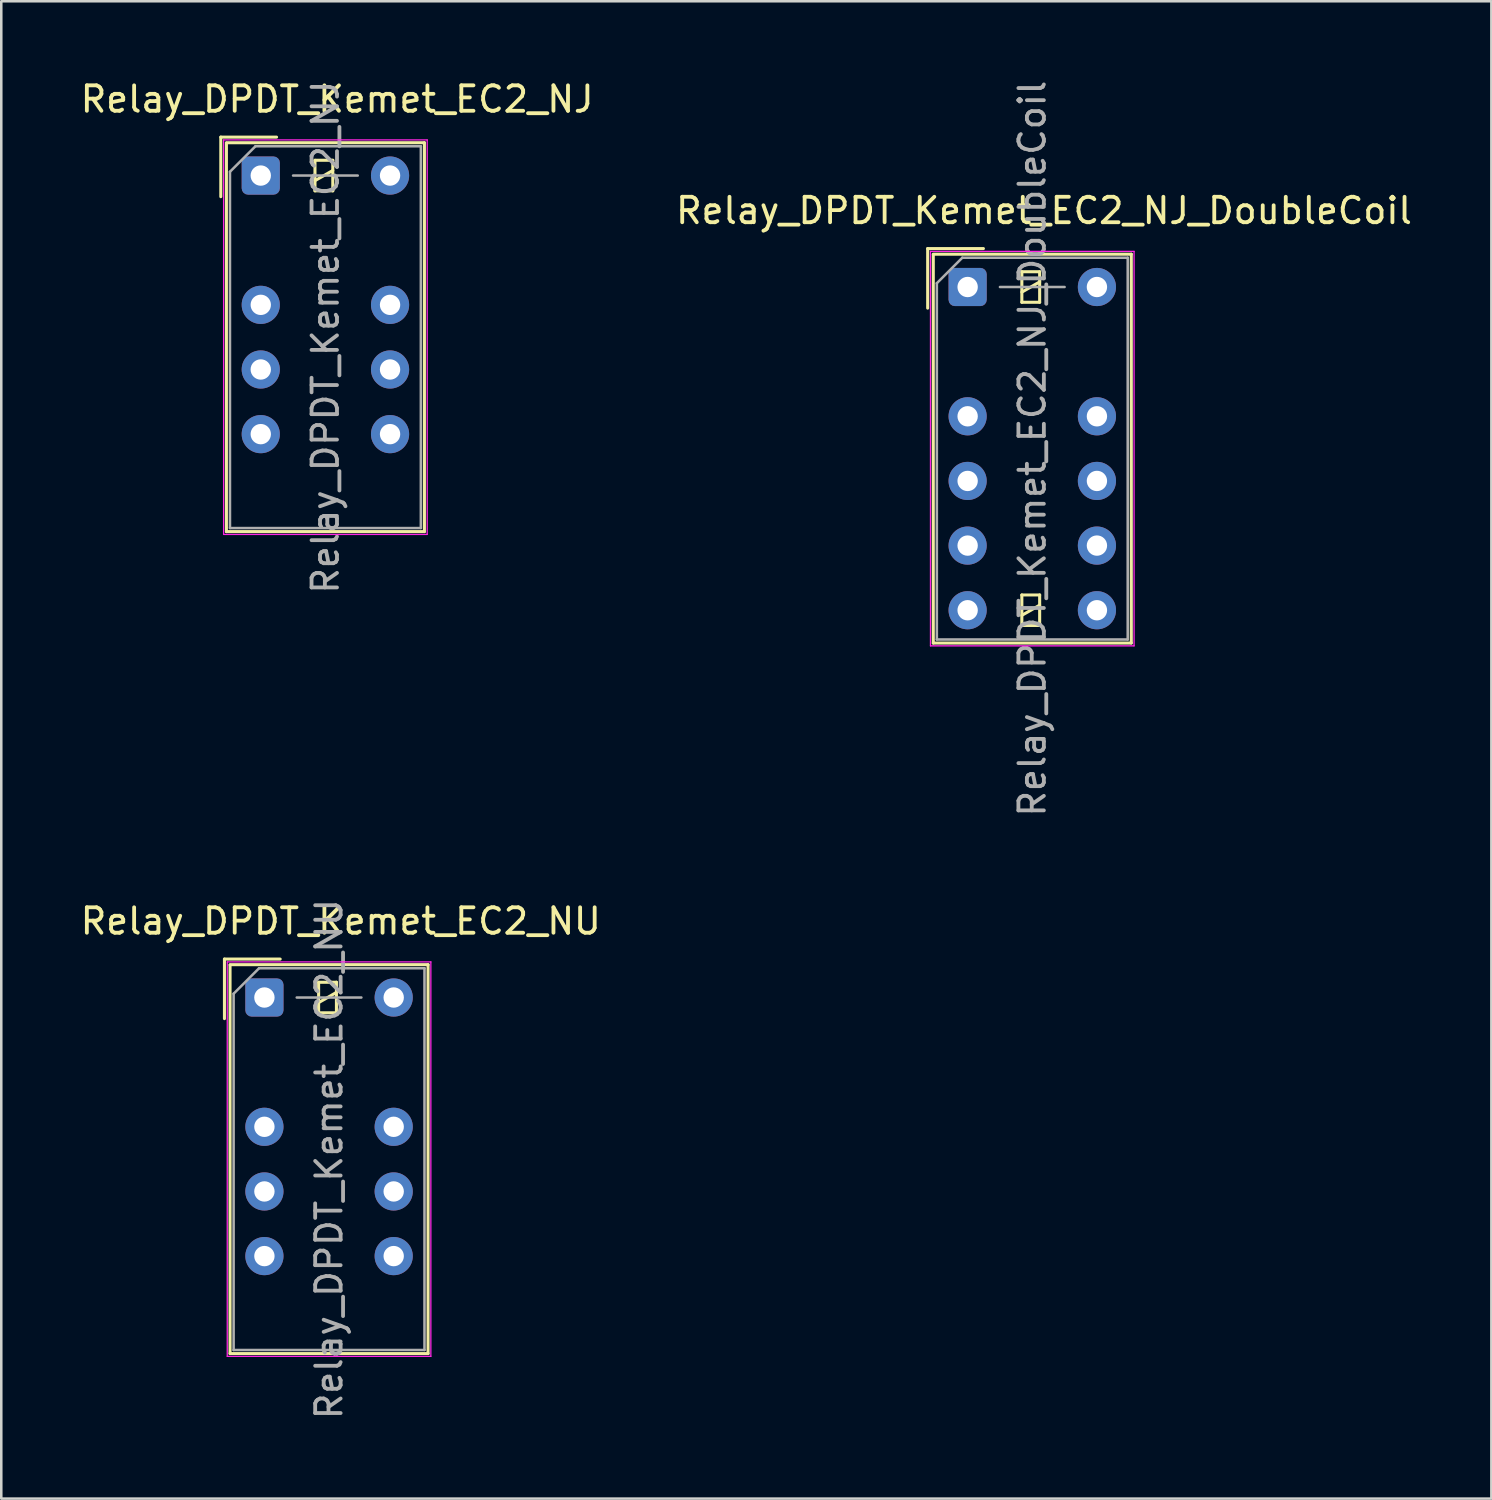
<source format=kicad_pcb>
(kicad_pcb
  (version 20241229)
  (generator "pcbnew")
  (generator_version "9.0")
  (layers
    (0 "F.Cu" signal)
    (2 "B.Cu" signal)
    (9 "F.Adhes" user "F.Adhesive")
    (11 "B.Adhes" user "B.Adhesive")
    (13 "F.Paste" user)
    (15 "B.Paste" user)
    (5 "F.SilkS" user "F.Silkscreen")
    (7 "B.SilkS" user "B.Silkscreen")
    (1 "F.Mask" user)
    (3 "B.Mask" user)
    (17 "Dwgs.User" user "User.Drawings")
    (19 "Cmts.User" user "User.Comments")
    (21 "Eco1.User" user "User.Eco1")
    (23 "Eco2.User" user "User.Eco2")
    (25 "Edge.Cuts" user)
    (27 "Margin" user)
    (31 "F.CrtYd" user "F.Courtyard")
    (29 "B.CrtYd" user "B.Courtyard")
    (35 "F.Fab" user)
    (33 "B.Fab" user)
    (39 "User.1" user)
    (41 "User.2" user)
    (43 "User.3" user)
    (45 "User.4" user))
  (footprint "Relay_DPDT_Kemet_EC2_NJ_DoubleCoil"
    (layer "F.Cu")
    (at 34.97 8.227)
    (property "Reference" "Relay_DPDT_Kemet_EC2_NJ_DoubleCoil" (at 3 -3 180) (layer "F.SilkS") (effects (font (size 1 1) (thickness 0.15))))
    (attr through_hole)
    (fp_line (start -1.57 -1.51) (end 0.62 -1.51) (stroke (width 0.12) (type solid)) (layer "F.SilkS"))
    (fp_line (start -1.57 0.83) (end -1.57 -1.51) (stroke (width 0.12) (type solid)) (layer "F.SilkS"))
    (fp_line (start -1.35 -1.27) (end -1.35 13.99) (stroke (width 0.12) (type solid)) (layer "F.SilkS"))
    (fp_line (start 2.13 -0.6) (end 2.13 0.6) (stroke (width 0.12) (type solid)) (layer "F.SilkS"))
    (fp_line (start 2.13 0.2) (end 2.83 -0.2) (stroke (width 0.12) (type solid)) (layer "F.SilkS"))
    (fp_line (start 2.13 0.6) (end 2.83 0.6) (stroke (width 0.12) (type solid)) (layer "F.SilkS"))
    (fp_line (start 2.13 12.1) (end 2.13 13.3) (stroke (width 0.12) (type solid)) (layer "F.SilkS"))
    (fp_line (start 2.13 12.9) (end 2.83 12.5) (stroke (width 0.12) (type solid)) (layer "F.SilkS"))
    (fp_line (start 2.13 13.3) (end 2.83 13.3) (stroke (width 0.12) (type solid)) (layer "F.SilkS"))
    (fp_line (start 2.83 -0.6) (end 2.13 -0.6) (stroke (width 0.12) (type solid)) (layer "F.SilkS"))
    (fp_line (start 2.83 0.6) (end 2.83 -0.6) (stroke (width 0.12) (type solid)) (layer "F.SilkS"))
    (fp_line (start 2.83 12.1) (end 2.13 12.1) (stroke (width 0.12) (type solid)) (layer "F.SilkS"))
    (fp_line (start 2.83 13.3) (end 2.83 12.1) (stroke (width 0.12) (type solid)) (layer "F.SilkS"))
    (fp_line (start 6.43 -1.29) (end -1.35 -1.29) (stroke (width 0.12) (type solid)) (layer "F.SilkS"))
    (fp_line (start 6.43 -1.29) (end 6.43 13.99) (stroke (width 0.12) (type solid)) (layer "F.SilkS"))
    (fp_line (start 6.43 13.99) (end -1.35 13.99) (stroke (width 0.12) (type solid)) (layer "F.SilkS"))
    (fp_line (start -1.46 -1.4) (end -1.46 14.1) (stroke (width 0.05) (type solid)) (layer "F.CrtYd"))
    (fp_line (start -1.46 14.1) (end 6.54 14.1) (stroke (width 0.05) (type solid)) (layer "F.CrtYd"))
    (fp_line (start 6.54 -1.4) (end -1.46 -1.4) (stroke (width 0.05) (type solid)) (layer "F.CrtYd"))
    (fp_line (start 6.54 -1.4) (end 6.54 14.1) (stroke (width 0.05) (type solid)) (layer "F.CrtYd"))
    (fp_line (start -1.21 -0.15) (end -1.21 13.85) (stroke (width 0.1) (type solid)) (layer "F.Fab"))
    (fp_line (start -1.21 -0.15) (end -0.21 -1.15) (stroke (width 0.1) (type solid)) (layer "F.Fab"))
    (fp_line (start 1.27 0) (end 3.81 0) (stroke (width 0.1) (type solid)) (layer "F.Fab"))
    (fp_line (start 6.29 -1.15) (end -0.21 -1.15) (stroke (width 0.1) (type solid)) (layer "F.Fab"))
    (fp_line (start 6.29 -1.15) (end 6.29 13.85) (stroke (width 0.1) (type solid)) (layer "F.Fab"))
    (fp_line (start 6.29 13.85) (end -1.21 13.85) (stroke (width 0.1) (type solid)) (layer "F.Fab"))
    (fp_text user "${REFERENCE}" (at 2.54 6.35 90) (layer "F.Fab") (effects (font (size 1 1) (thickness 0.15))))
    (pad "1" thru_hole roundrect (at 0 0) (size 1.5 1.5) (drill 0.8) (layers "*.Cu" "*.Mask") (roundrect_rratio 0.167))
    (pad "3" thru_hole circle (at 0 5.08) (size 1.5 1.5) (drill 0.8) (layers "*.Cu" "*.Mask"))
    (pad "4" thru_hole circle (at 0 7.62) (size 1.5 1.5) (drill 0.8) (layers "*.Cu" "*.Mask"))
    (pad "5" thru_hole circle (at 0 10.16) (size 1.5 1.5) (drill 0.8) (layers "*.Cu" "*.Mask"))
    (pad "6" thru_hole circle (at 0 12.7) (size 1.5 1.5) (drill 0.8) (layers "*.Cu" "*.Mask"))
    (pad "7" thru_hole circle (at 5.08 12.7) (size 1.5 1.5) (drill 0.8) (layers "*.Cu" "*.Mask"))
    (pad "8" thru_hole circle (at 5.08 10.16) (size 1.5 1.5) (drill 0.8) (layers "*.Cu" "*.Mask"))
    (pad "9" thru_hole circle (at 5.08 7.62) (size 1.5 1.5) (drill 0.8) (layers "*.Cu" "*.Mask"))
    (pad "10" thru_hole circle (at 5.08 5.08) (size 1.5 1.5) (drill 0.8) (layers "*.Cu" "*.Mask"))
    (pad "12" thru_hole circle (at 5.08 0) (size 1.5 1.5) (drill 0.8) (layers "*.Cu" "*.Mask")))
  (footprint "Relay_DPDT_Kemet_EC2_NU"
    (layer "F.Cu")
    (at 7.339 36.144)
    (property "Reference" "Relay_DPDT_Kemet_EC2_NU" (at 3 -3 180) (layer "F.SilkS") (effects (font (size 1 1) (thickness 0.15))))
    (attr through_hole)
    (fp_line (start -1.57 -1.51) (end 0.62 -1.51) (stroke (width 0.12) (type solid)) (layer "F.SilkS"))
    (fp_line (start -1.57 0.83) (end -1.57 -1.51) (stroke (width 0.12) (type solid)) (layer "F.SilkS"))
    (fp_line (start -1.35 -1.27) (end -1.35 13.99) (stroke (width 0.12) (type solid)) (layer "F.SilkS"))
    (fp_line (start 2.13 -0.6) (end 2.13 0.6) (stroke (width 0.12) (type solid)) (layer "F.SilkS"))
    (fp_line (start 2.13 0.2) (end 2.83 -0.2) (stroke (width 0.12) (type solid)) (layer "F.SilkS"))
    (fp_line (start 2.13 0.6) (end 2.83 0.6) (stroke (width 0.12) (type solid)) (layer "F.SilkS"))
    (fp_line (start 2.83 -0.6) (end 2.13 -0.6) (stroke (width 0.12) (type solid)) (layer "F.SilkS"))
    (fp_line (start 2.83 0.6) (end 2.83 -0.6) (stroke (width 0.12) (type solid)) (layer "F.SilkS"))
    (fp_line (start 6.43 -1.29) (end -1.35 -1.29) (stroke (width 0.12) (type solid)) (layer "F.SilkS"))
    (fp_line (start 6.43 -1.29) (end 6.43 13.99) (stroke (width 0.12) (type solid)) (layer "F.SilkS"))
    (fp_line (start 6.43 13.99) (end -1.35 13.99) (stroke (width 0.12) (type solid)) (layer "F.SilkS"))
    (fp_line (start -1.46 -1.4) (end -1.46 14.1) (stroke (width 0.05) (type solid)) (layer "F.CrtYd"))
    (fp_line (start -1.46 14.1) (end 6.54 14.1) (stroke (width 0.05) (type solid)) (layer "F.CrtYd"))
    (fp_line (start 6.54 -1.4) (end -1.46 -1.4) (stroke (width 0.05) (type solid)) (layer "F.CrtYd"))
    (fp_line (start 6.54 -1.4) (end 6.54 14.1) (stroke (width 0.05) (type solid)) (layer "F.CrtYd"))
    (fp_line (start -1.21 -0.15) (end -1.21 13.85) (stroke (width 0.1) (type solid)) (layer "F.Fab"))
    (fp_line (start -1.21 -0.15) (end -0.21 -1.15) (stroke (width 0.1) (type solid)) (layer "F.Fab"))
    (fp_line (start 1.27 0) (end 3.81 0) (stroke (width 0.1) (type solid)) (layer "F.Fab"))
    (fp_line (start 6.29 -1.15) (end -0.21 -1.15) (stroke (width 0.1) (type solid)) (layer "F.Fab"))
    (fp_line (start 6.29 -1.15) (end 6.29 13.85) (stroke (width 0.1) (type solid)) (layer "F.Fab"))
    (fp_line (start 6.29 13.85) (end -1.21 13.85) (stroke (width 0.1) (type solid)) (layer "F.Fab"))
    (fp_text user "${REFERENCE}" (at 2.54 6.35 90) (layer "F.Fab") (effects (font (size 1 1) (thickness 0.15))))
    (pad "1" thru_hole roundrect (at 0 0) (size 1.5 1.5) (drill 0.8) (layers "*.Cu" "*.Mask") (roundrect_rratio 0.167))
    (pad "3" thru_hole circle (at 0 5.08) (size 1.5 1.5) (drill 0.8) (layers "*.Cu" "*.Mask"))
    (pad "4" thru_hole circle (at 0 7.62) (size 1.5 1.5) (drill 0.8) (layers "*.Cu" "*.Mask"))
    (pad "5" thru_hole circle (at 0 10.16) (size 1.5 1.5) (drill 0.8) (layers "*.Cu" "*.Mask"))
    (pad "8" thru_hole circle (at 5.08 10.16) (size 1.5 1.5) (drill 0.8) (layers "*.Cu" "*.Mask"))
    (pad "9" thru_hole circle (at 5.08 7.62) (size 1.5 1.5) (drill 0.8) (layers "*.Cu" "*.Mask"))
    (pad "10" thru_hole circle (at 5.08 5.08) (size 1.5 1.5) (drill 0.8) (layers "*.Cu" "*.Mask"))
    (pad "12" thru_hole circle (at 5.08 0) (size 1.5 1.5) (drill 0.8) (layers "*.Cu" "*.Mask")))
  (footprint "Relay_DPDT_Kemet_EC2_NJ"
    (layer "F.Cu")
    (at 7.196 3.848)
    (property "Reference" "Relay_DPDT_Kemet_EC2_NJ" (at 3 -3 180) (layer "F.SilkS") (effects (font (size 1 1) (thickness 0.15))))
    (attr through_hole)
    (fp_line (start -1.57 -1.51) (end 0.62 -1.51) (stroke (width 0.12) (type solid)) (layer "F.SilkS"))
    (fp_line (start -1.57 0.83) (end -1.57 -1.51) (stroke (width 0.12) (type solid)) (layer "F.SilkS"))
    (fp_line (start -1.35 -1.27) (end -1.35 13.99) (stroke (width 0.12) (type solid)) (layer "F.SilkS"))
    (fp_line (start 2.13 -0.6) (end 2.13 0.6) (stroke (width 0.12) (type solid)) (layer "F.SilkS"))
    (fp_line (start 2.13 0.2) (end 2.83 -0.2) (stroke (width 0.12) (type solid)) (layer "F.SilkS"))
    (fp_line (start 2.13 0.6) (end 2.83 0.6) (stroke (width 0.12) (type solid)) (layer "F.SilkS"))
    (fp_line (start 2.83 -0.6) (end 2.13 -0.6) (stroke (width 0.12) (type solid)) (layer "F.SilkS"))
    (fp_line (start 2.83 0.6) (end 2.83 -0.6) (stroke (width 0.12) (type solid)) (layer "F.SilkS"))
    (fp_line (start 6.43 -1.29) (end -1.35 -1.29) (stroke (width 0.12) (type solid)) (layer "F.SilkS"))
    (fp_line (start 6.43 -1.29) (end 6.43 13.99) (stroke (width 0.12) (type solid)) (layer "F.SilkS"))
    (fp_line (start 6.43 13.99) (end -1.35 13.99) (stroke (width 0.12) (type solid)) (layer "F.SilkS"))
    (fp_line (start -1.46 -1.4) (end -1.46 14.1) (stroke (width 0.05) (type solid)) (layer "F.CrtYd"))
    (fp_line (start -1.46 14.1) (end 6.54 14.1) (stroke (width 0.05) (type solid)) (layer "F.CrtYd"))
    (fp_line (start 6.54 -1.4) (end -1.46 -1.4) (stroke (width 0.05) (type solid)) (layer "F.CrtYd"))
    (fp_line (start 6.54 -1.4) (end 6.54 14.1) (stroke (width 0.05) (type solid)) (layer "F.CrtYd"))
    (fp_line (start -1.21 -0.15) (end -1.21 13.85) (stroke (width 0.1) (type solid)) (layer "F.Fab"))
    (fp_line (start -1.21 -0.15) (end -0.21 -1.15) (stroke (width 0.1) (type solid)) (layer "F.Fab"))
    (fp_line (start 1.27 0) (end 3.81 0) (stroke (width 0.1) (type solid)) (layer "F.Fab"))
    (fp_line (start 6.29 -1.15) (end -0.21 -1.15) (stroke (width 0.1) (type solid)) (layer "F.Fab"))
    (fp_line (start 6.29 -1.15) (end 6.29 13.85) (stroke (width 0.1) (type solid)) (layer "F.Fab"))
    (fp_line (start 6.29 13.85) (end -1.21 13.85) (stroke (width 0.1) (type solid)) (layer "F.Fab"))
    (fp_text user "${REFERENCE}" (at 2.54 6.35 90) (layer "F.Fab") (effects (font (size 1 1) (thickness 0.15))))
    (pad "1" thru_hole roundrect (at 0 0) (size 1.5 1.5) (drill 0.8) (layers "*.Cu" "*.Mask") (roundrect_rratio 0.167))
    (pad "3" thru_hole circle (at 0 5.08) (size 1.5 1.5) (drill 0.8) (layers "*.Cu" "*.Mask"))
    (pad "4" thru_hole circle (at 0 7.62) (size 1.5 1.5) (drill 0.8) (layers "*.Cu" "*.Mask"))
    (pad "5" thru_hole circle (at 0 10.16) (size 1.5 1.5) (drill 0.8) (layers "*.Cu" "*.Mask"))
    (pad "8" thru_hole circle (at 5.08 10.16) (size 1.5 1.5) (drill 0.8) (layers "*.Cu" "*.Mask"))
    (pad "9" thru_hole circle (at 5.08 7.62) (size 1.5 1.5) (drill 0.8) (layers "*.Cu" "*.Mask"))
    (pad "10" thru_hole circle (at 5.08 5.08) (size 1.5 1.5) (drill 0.8) (layers "*.Cu" "*.Mask"))
    (pad "12" thru_hole circle (at 5.08 0) (size 1.5 1.5) (drill 0.8) (layers "*.Cu" "*.Mask")))
  (gr_rect
    (start -3 -3)
    (end 55.548 55.833)
    (stroke (width 0.1) (type default))
    (fill no)
    (layer "Edge.Cuts")))
</source>
